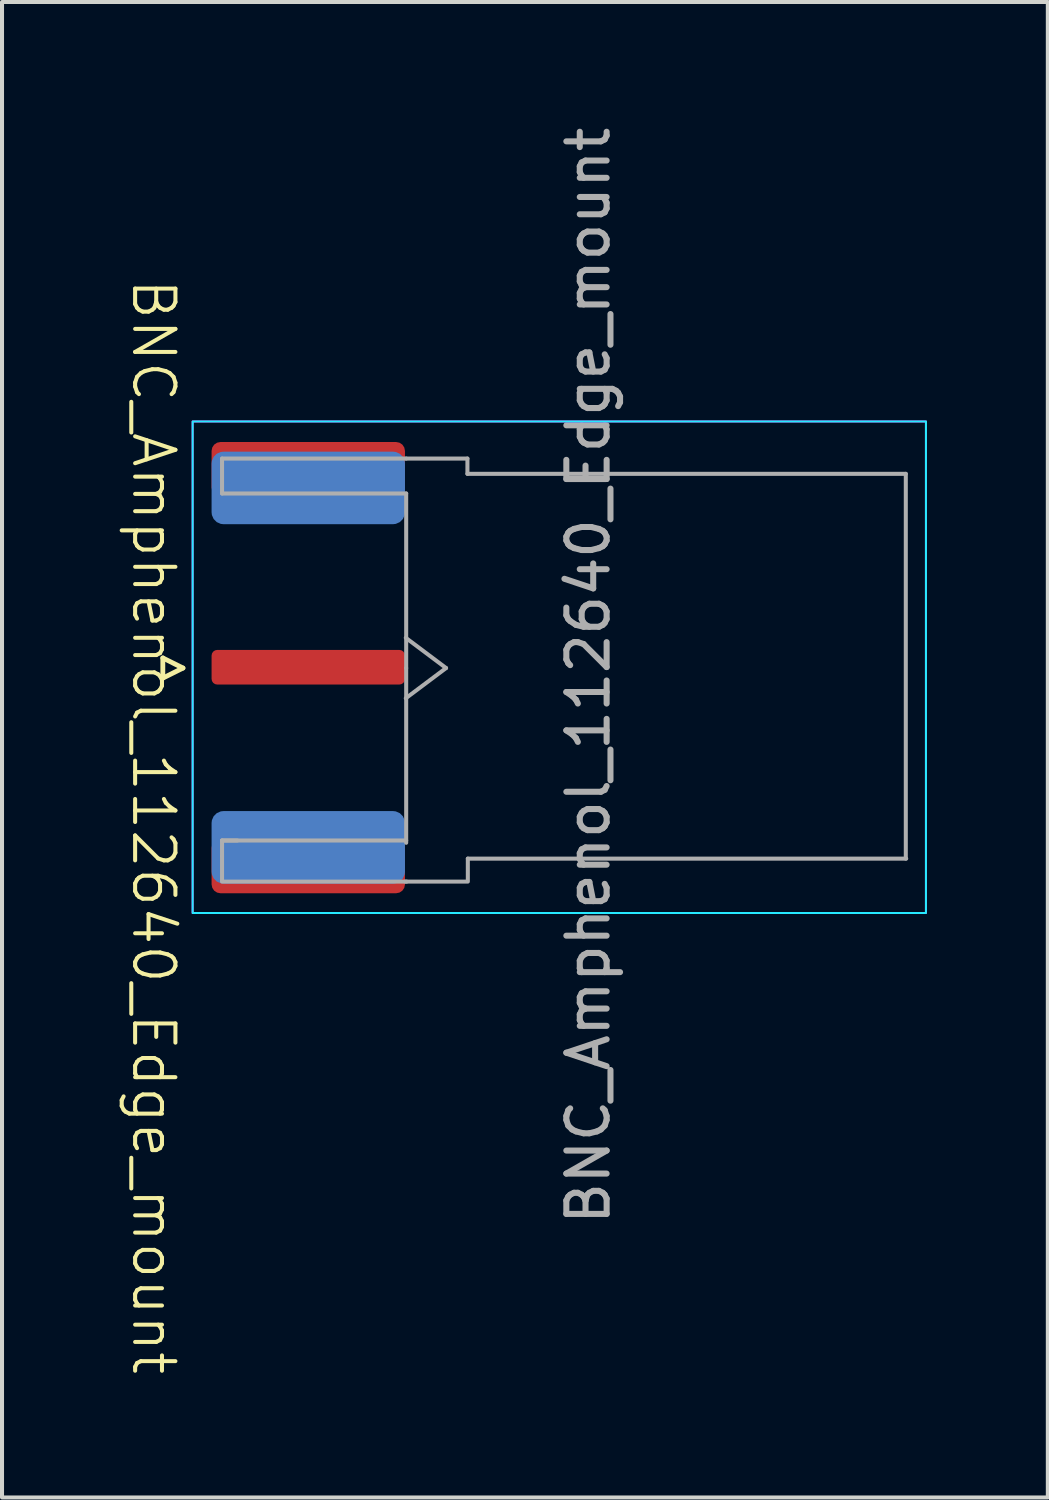
<source format=kicad_pcb>
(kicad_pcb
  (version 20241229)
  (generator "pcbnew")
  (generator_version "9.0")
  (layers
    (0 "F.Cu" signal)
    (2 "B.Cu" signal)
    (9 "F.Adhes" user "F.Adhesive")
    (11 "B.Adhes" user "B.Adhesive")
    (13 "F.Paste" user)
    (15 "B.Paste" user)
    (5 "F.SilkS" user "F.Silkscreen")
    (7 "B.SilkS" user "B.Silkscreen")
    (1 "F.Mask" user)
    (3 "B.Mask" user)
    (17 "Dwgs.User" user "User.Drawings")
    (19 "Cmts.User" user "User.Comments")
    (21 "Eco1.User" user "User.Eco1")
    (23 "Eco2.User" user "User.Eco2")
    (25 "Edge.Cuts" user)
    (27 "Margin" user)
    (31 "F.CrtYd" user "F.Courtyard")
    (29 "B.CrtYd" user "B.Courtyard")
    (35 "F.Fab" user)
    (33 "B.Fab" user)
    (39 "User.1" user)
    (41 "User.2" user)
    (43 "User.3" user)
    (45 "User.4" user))
  (footprint "BNC_Amphenol_112640_Edge_mount"
    (layer "F.Cu")
    (at 2.231 13.51)
    (property "Reference" "BNC_Amphenol_112640_Edge_mount" (at -1.47 3.96 270) (unlocked yes) (layer "F.SilkS") (effects (font (size 1 1) (thickness 0.1))))
    (fp_line (start -1.24 -0.23) (end -1.24 0.27) (stroke (width 0.12) (type solid)) (layer "F.SilkS"))
    (fp_line (start -1.24 0.27) (end -0.74 0.02) (stroke (width 0.12) (type solid)) (layer "F.SilkS"))
    (fp_line (start -0.74 0.02) (end -1.24 -0.23) (stroke (width 0.12) (type solid)) (layer "F.SilkS"))
    (fp_rect (start -0.5 -6.1) (end 17.7 6.1) (stroke (width 0.05) (type default)) (fill no) (layer "B.CrtYd"))
    (fp_rect (start -0.5 -6.1) (end 17.7 6.1) (stroke (width 0.05) (type default)) (fill no) (layer "F.CrtYd"))
    (fp_line (start 0.23 -5.179) (end 4.8 -5.179) (stroke (width 0.1) (type default)) (layer "F.Fab"))
    (fp_line (start 0.23 -4.312) (end 0.23 -5.179) (stroke (width 0.1) (type default)) (layer "F.Fab"))
    (fp_line (start 0.23 4.3) (end 0.23 4.68) (stroke (width 0.1) (type default)) (layer "F.Fab"))
    (fp_line (start 0.23 4.3) (end 0.61 4.3) (stroke (width 0.1) (type default)) (layer "F.Fab"))
    (fp_line (start 0.23 4.68) (end 0.23 5.3) (stroke (width 0.1) (type default)) (layer "F.Fab"))
    (fp_line (start 0.23 5.32) (end 4.81 5.32) (stroke (width 0.1) (type default)) (layer "F.Fab"))
    (fp_line (start 4.78 5.32) (end 6.33 5.32) (stroke (width 0.1) (type default)) (layer "F.Fab"))
    (fp_line (start 4.79 -0.73) (end 5.79 0.02) (stroke (width 0.1) (type solid)) (layer "F.Fab"))
    (fp_line (start 4.8 -5.179) (end 6.32 -5.179) (stroke (width 0.1) (type default)) (layer "F.Fab"))
    (fp_line (start 4.8 -4.312) (end 0.23 -4.312) (stroke (width 0.1) (type default)) (layer "F.Fab"))
    (fp_line (start 4.8 0.022) (end 4.8 -4.312) (stroke (width 0.1) (type default)) (layer "F.Fab"))
    (fp_line (start 4.8 0.022) (end 4.8 4.357) (stroke (width 0.1) (type default)) (layer "F.Fab"))
    (fp_line (start 4.8 4.3) (end 0.23 4.3) (stroke (width 0.1) (type default)) (layer "F.Fab"))
    (fp_line (start 5.79 0.02) (end 4.79 0.77) (stroke (width 0.1) (type solid)) (layer "F.Fab"))
    (fp_line (start 6.32 -5.179) (end 6.32 -4.8) (stroke (width 0.1) (type default)) (layer "F.Fab"))
    (fp_line (start 6.32 -4.8) (end 17.2 -4.8) (stroke (width 0.1) (type default)) (layer "F.Fab"))
    (fp_line (start 6.33 4.75) (end 17.21 4.75) (stroke (width 0.1) (type default)) (layer "F.Fab"))
    (fp_line (start 6.33 5.28) (end 6.33 4.75) (stroke (width 0.1) (type default)) (layer "F.Fab"))
    (fp_line (start 17.2 -4.8) (end 17.2 4.75) (stroke (width 0.1) (type default)) (layer "F.Fab"))
    (fp_text user "${REFERENCE}" (at 9.32 0.21 90) (unlocked yes) (layer "F.Fab") (effects (font (size 1 1) (thickness 0.15))))
    (pad "1" smd roundrect (at 2.37 0 270) (size 0.86 4.8) (layers "F.Cu" "F.Mask" "F.Paste") (roundrect_rratio 0.164))
    (pad "2" smd roundrect (at 2.37 -4.915 270) (size 1.35 4.8) (layers "F.Cu" "F.Mask" "F.Paste") (roundrect_rratio 0.164))
    (pad "2" smd roundrect (at 2.37 -4.45 270) (size 1.8 4.8) (layers "F.Mask" "B.Cu" "F.Paste") (roundrect_rratio 0.164))
    (pad "2" smd roundrect (at 2.37 4.47 270) (size 1.8 4.8) (layers "F.Mask" "B.Cu" "F.Paste") (roundrect_rratio 0.164))
    (pad "2" smd roundrect (at 2.37 4.935 270) (size 1.35 4.8) (layers "F.Cu" "F.Mask" "F.Paste") (roundrect_rratio 0.164)))
  (gr_rect
    (start -3 -3)
    (end 22.956 34.115)
    (stroke (width 0.1) (type default))
    (fill no)
    (layer "Edge.Cuts")))
</source>
